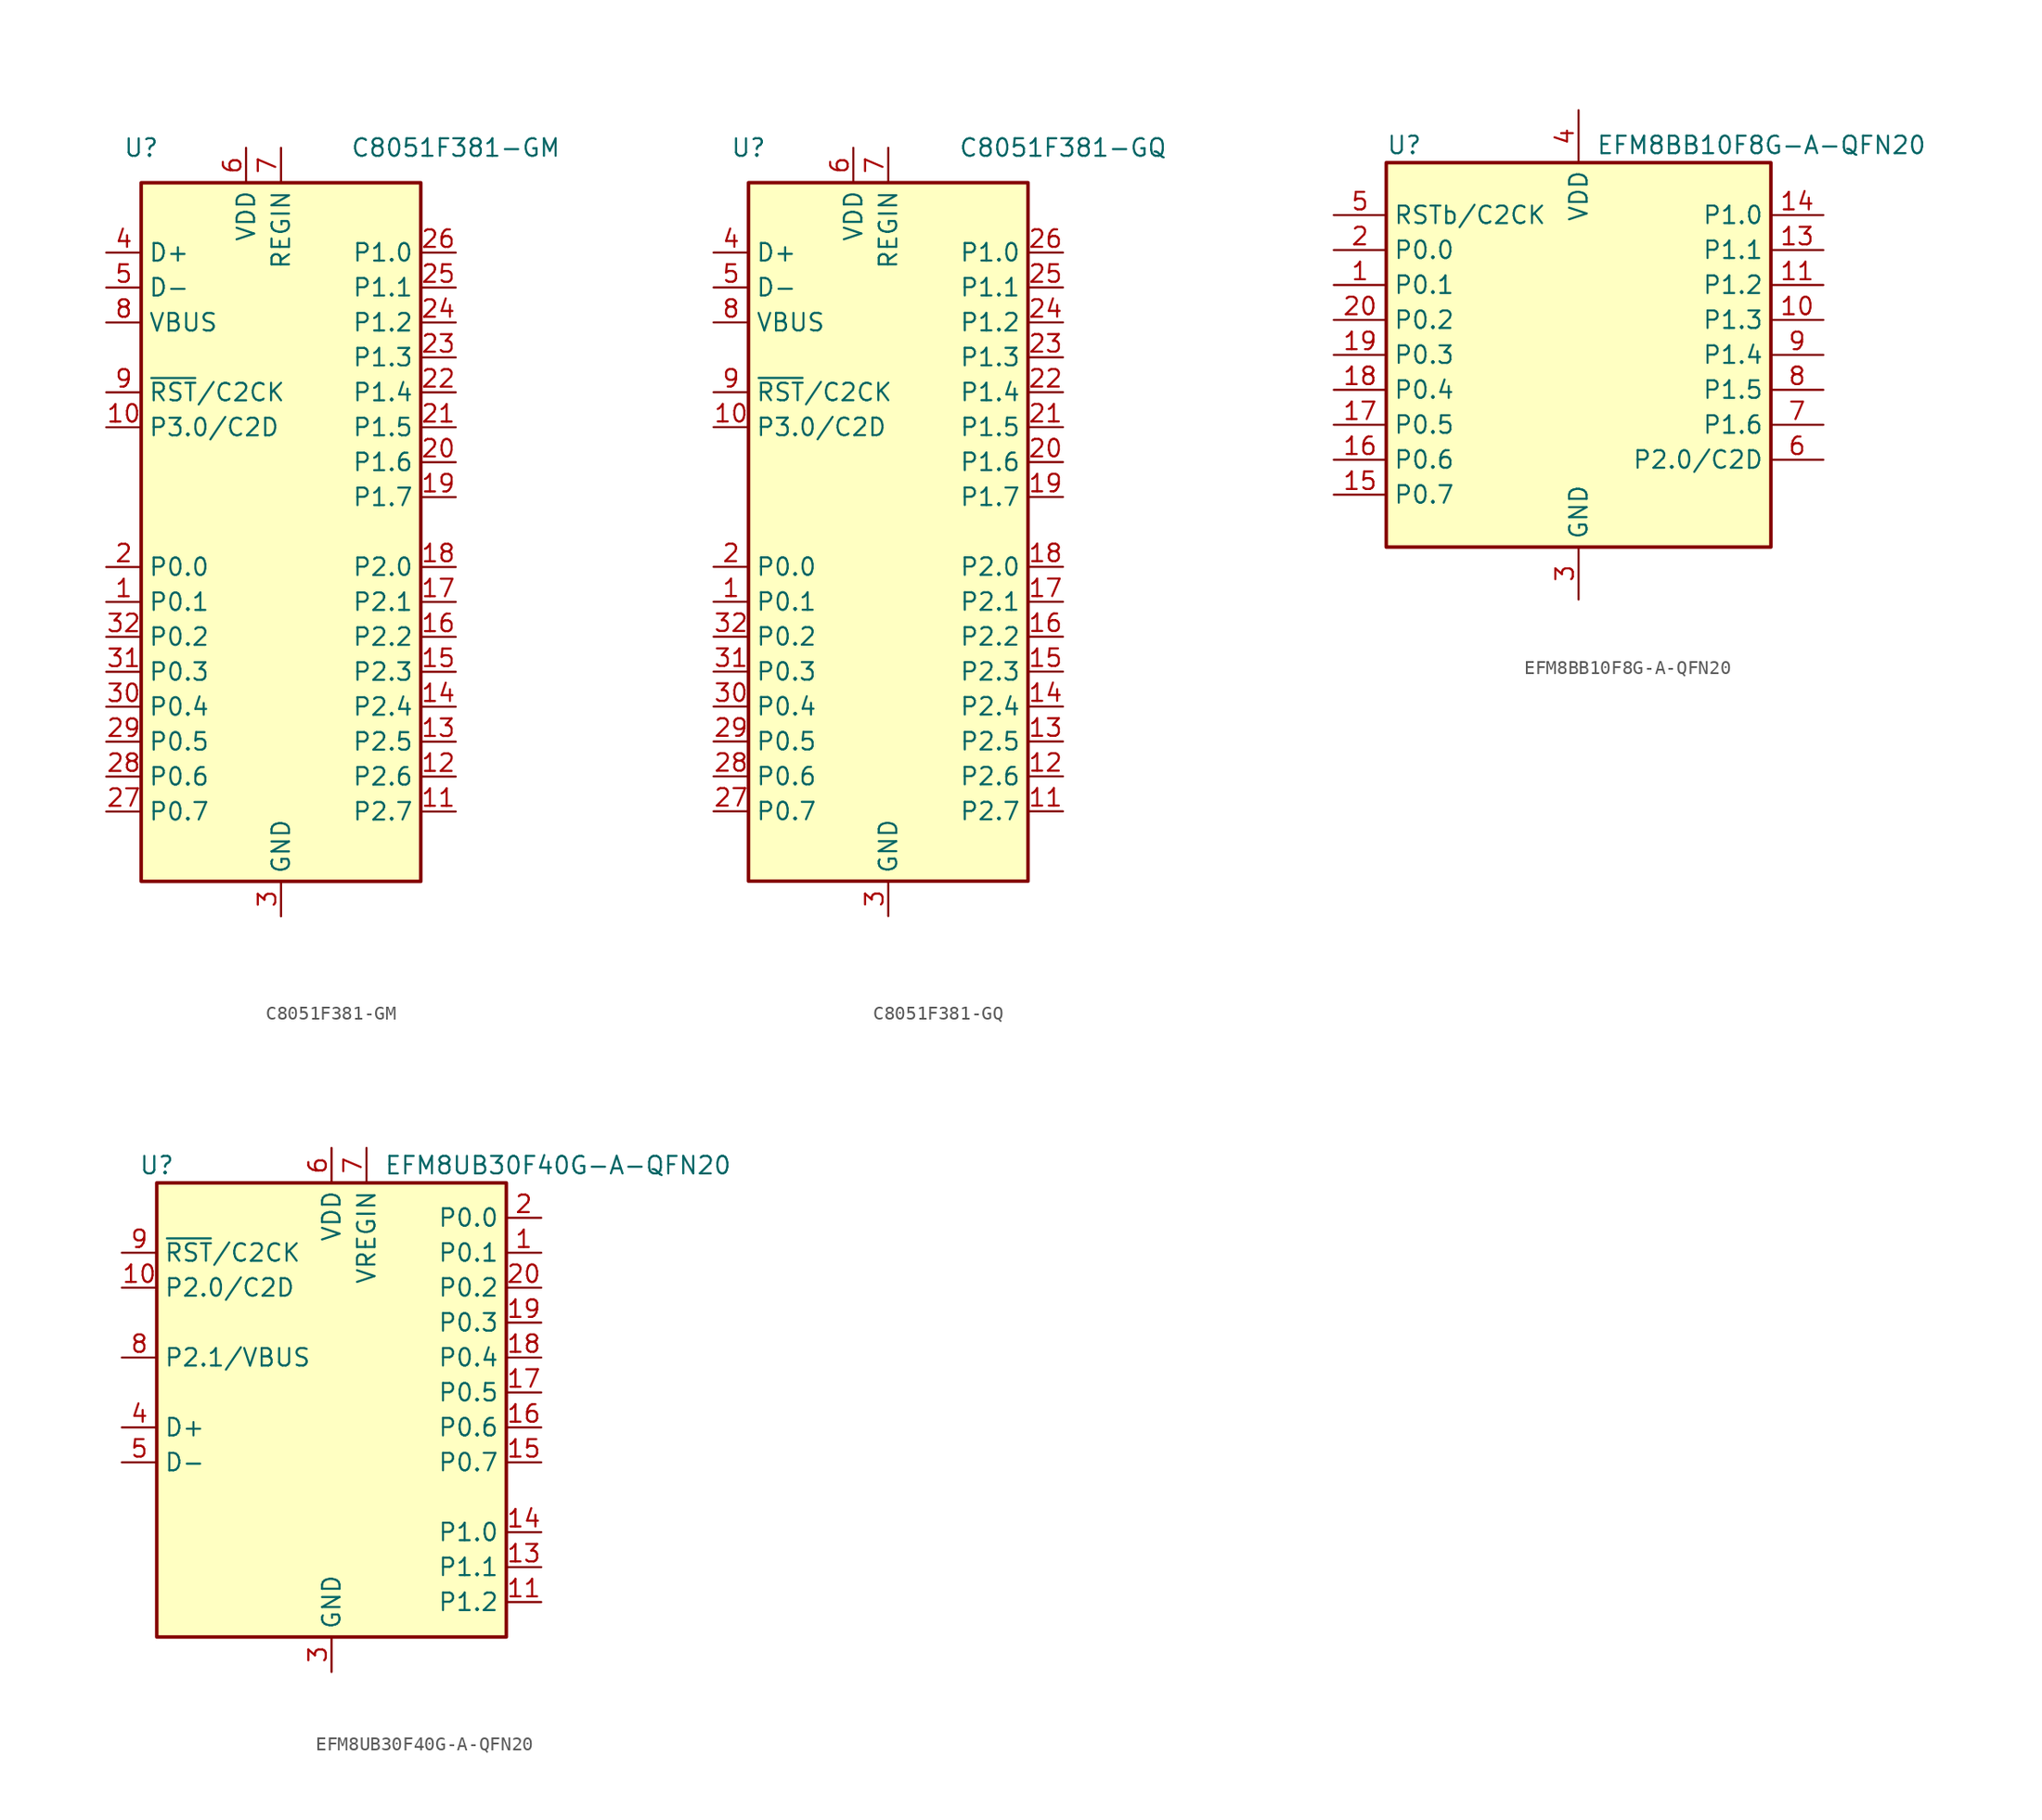
<source format=kicad_sym>
(kicad_symbol_lib
  (version 20231120)
  (generator "kicad_symbol_editor")
  (generator_version "8.0")
  (symbol "C8051F381-GM"
    (property "Reference" "U"
      (at -10.16 27.94 0)
      (effects (font (size 1.27 1.27))))
    (property "Value" "C8051F381-GM"
      (at 12.7 27.94 0)
      (effects (font (size 1.27 1.27))))
    (symbol "C8051F381-GM_0_1"
      (rectangle (start -10.16 25.4) (end 10.16 -25.4) (stroke (width 0.254) (type default)) (fill (type background))))
    (symbol "C8051F381-GM_1_1"
      (pin bidirectional line (at -12.7 -5.08 0) (length 2.54) (name "P0.1" (effects (font (size 1.27 1.27)))) (number "1" (effects (font (size 1.27 1.27)))))
      (pin bidirectional line (at -12.7 7.62 0) (length 2.54) (name "P3.0/C2D" (effects (font (size 1.27 1.27)))) (number "10" (effects (font (size 1.27 1.27)))))
      (pin bidirectional line (at 12.7 -20.32 180) (length 2.54) (name "P2.7" (effects (font (size 1.27 1.27)))) (number "11" (effects (font (size 1.27 1.27)))))
      (pin bidirectional line (at 12.7 -17.78 180) (length 2.54) (name "P2.6" (effects (font (size 1.27 1.27)))) (number "12" (effects (font (size 1.27 1.27)))))
      (pin bidirectional line (at 12.7 -15.24 180) (length 2.54) (name "P2.5" (effects (font (size 1.27 1.27)))) (number "13" (effects (font (size 1.27 1.27)))))
      (pin bidirectional line (at 12.7 -12.7 180) (length 2.54) (name "P2.4" (effects (font (size 1.27 1.27)))) (number "14" (effects (font (size 1.27 1.27)))))
      (pin bidirectional line (at 12.7 -10.16 180) (length 2.54) (name "P2.3" (effects (font (size 1.27 1.27)))) (number "15" (effects (font (size 1.27 1.27)))))
      (pin bidirectional line (at 12.7 -7.62 180) (length 2.54) (name "P2.2" (effects (font (size 1.27 1.27)))) (number "16" (effects (font (size 1.27 1.27)))))
      (pin bidirectional line (at 12.7 -5.08 180) (length 2.54) (name "P2.1" (effects (font (size 1.27 1.27)))) (number "17" (effects (font (size 1.27 1.27)))))
      (pin bidirectional line (at 12.7 -2.54 180) (length 2.54) (name "P2.0" (effects (font (size 1.27 1.27)))) (number "18" (effects (font (size 1.27 1.27)))))
      (pin bidirectional line (at 12.7 2.54 180) (length 2.54) (name "P1.7" (effects (font (size 1.27 1.27)))) (number "19" (effects (font (size 1.27 1.27)))))
      (pin bidirectional line (at -12.7 -2.54 0) (length 2.54) (name "P0.0" (effects (font (size 1.27 1.27)))) (number "2" (effects (font (size 1.27 1.27)))))
      (pin bidirectional line (at 12.7 5.08 180) (length 2.54) (name "P1.6" (effects (font (size 1.27 1.27)))) (number "20" (effects (font (size 1.27 1.27)))))
      (pin bidirectional line (at 12.7 7.62 180) (length 2.54) (name "P1.5" (effects (font (size 1.27 1.27)))) (number "21" (effects (font (size 1.27 1.27)))))
      (pin bidirectional line (at 12.7 10.16 180) (length 2.54) (name "P1.4" (effects (font (size 1.27 1.27)))) (number "22" (effects (font (size 1.27 1.27)))))
      (pin bidirectional line (at 12.7 12.7 180) (length 2.54) (name "P1.3" (effects (font (size 1.27 1.27)))) (number "23" (effects (font (size 1.27 1.27)))))
      (pin bidirectional line (at 12.7 15.24 180) (length 2.54) (name "P1.2" (effects (font (size 1.27 1.27)))) (number "24" (effects (font (size 1.27 1.27)))))
      (pin bidirectional line (at 12.7 17.78 180) (length 2.54) (name "P1.1" (effects (font (size 1.27 1.27)))) (number "25" (effects (font (size 1.27 1.27)))))
      (pin bidirectional line (at 12.7 20.32 180) (length 2.54) (name "P1.0" (effects (font (size 1.27 1.27)))) (number "26" (effects (font (size 1.27 1.27)))))
      (pin bidirectional line (at -12.7 -20.32 0) (length 2.54) (name "P0.7" (effects (font (size 1.27 1.27)))) (number "27" (effects (font (size 1.27 1.27)))))
      (pin bidirectional line (at -12.7 -17.78 0) (length 2.54) (name "P0.6" (effects (font (size 1.27 1.27)))) (number "28" (effects (font (size 1.27 1.27)))))
      (pin bidirectional line (at -12.7 -15.24 0) (length 2.54) (name "P0.5" (effects (font (size 1.27 1.27)))) (number "29" (effects (font (size 1.27 1.27)))))
      (pin power_in line (at 0 -27.94 90) (length 2.54) (name "GND" (effects (font (size 1.27 1.27)))) (number "3" (effects (font (size 1.27 1.27)))))
      (pin bidirectional line (at -12.7 -12.7 0) (length 2.54) (name "P0.4" (effects (font (size 1.27 1.27)))) (number "30" (effects (font (size 1.27 1.27)))))
      (pin bidirectional line (at -12.7 -10.16 0) (length 2.54) (name "P0.3" (effects (font (size 1.27 1.27)))) (number "31" (effects (font (size 1.27 1.27)))))
      (pin bidirectional line (at -12.7 -7.62 0) (length 2.54) (name "P0.2" (effects (font (size 1.27 1.27)))) (number "32" (effects (font (size 1.27 1.27)))))
      (pin passive line (at 0 -27.94 90) (length 2.54) hide (name "GND" (effects (font (size 1.27 1.27)))) (number "33" (effects (font (size 1.27 1.27)))))
      (pin bidirectional line (at -12.7 20.32 0) (length 2.54) (name "D+" (effects (font (size 1.27 1.27)))) (number "4" (effects (font (size 1.27 1.27)))))
      (pin bidirectional line (at -12.7 17.78 0) (length 2.54) (name "D-" (effects (font (size 1.27 1.27)))) (number "5" (effects (font (size 1.27 1.27)))))
      (pin power_in line (at -2.54 27.94 270) (length 2.54) (name "VDD" (effects (font (size 1.27 1.27)))) (number "6" (effects (font (size 1.27 1.27)))))
      (pin power_in line (at 0 27.94 270) (length 2.54) (name "REGIN" (effects (font (size 1.27 1.27)))) (number "7" (effects (font (size 1.27 1.27)))))
      (pin input line (at -12.7 15.24 0) (length 2.54) (name "VBUS" (effects (font (size 1.27 1.27)))) (number "8" (effects (font (size 1.27 1.27)))))
      (pin input line (at -12.7 10.16 0) (length 2.54) (name "~{RST}/C2CK" (effects (font (size 1.27 1.27)))) (number "9" (effects (font (size 1.27 1.27)))))))
  (symbol "C8051F381-GQ"
    (property "Reference" "U"
      (at -10.16 27.94 0)
      (effects (font (size 1.27 1.27))))
    (property "Value" "C8051F381-GQ"
      (at 12.7 27.94 0)
      (effects (font (size 1.27 1.27))))
    (symbol "C8051F381-GQ_0_1"
      (rectangle (start -10.16 25.4) (end 10.16 -25.4) (stroke (width 0.254) (type default)) (fill (type background))))
    (symbol "C8051F381-GQ_1_1"
      (pin bidirectional line (at -12.7 -5.08 0) (length 2.54) (name "P0.1" (effects (font (size 1.27 1.27)))) (number "1" (effects (font (size 1.27 1.27)))))
      (pin bidirectional line (at -12.7 7.62 0) (length 2.54) (name "P3.0/C2D" (effects (font (size 1.27 1.27)))) (number "10" (effects (font (size 1.27 1.27)))))
      (pin bidirectional line (at 12.7 -20.32 180) (length 2.54) (name "P2.7" (effects (font (size 1.27 1.27)))) (number "11" (effects (font (size 1.27 1.27)))))
      (pin bidirectional line (at 12.7 -17.78 180) (length 2.54) (name "P2.6" (effects (font (size 1.27 1.27)))) (number "12" (effects (font (size 1.27 1.27)))))
      (pin bidirectional line (at 12.7 -15.24 180) (length 2.54) (name "P2.5" (effects (font (size 1.27 1.27)))) (number "13" (effects (font (size 1.27 1.27)))))
      (pin bidirectional line (at 12.7 -12.7 180) (length 2.54) (name "P2.4" (effects (font (size 1.27 1.27)))) (number "14" (effects (font (size 1.27 1.27)))))
      (pin bidirectional line (at 12.7 -10.16 180) (length 2.54) (name "P2.3" (effects (font (size 1.27 1.27)))) (number "15" (effects (font (size 1.27 1.27)))))
      (pin bidirectional line (at 12.7 -7.62 180) (length 2.54) (name "P2.2" (effects (font (size 1.27 1.27)))) (number "16" (effects (font (size 1.27 1.27)))))
      (pin bidirectional line (at 12.7 -5.08 180) (length 2.54) (name "P2.1" (effects (font (size 1.27 1.27)))) (number "17" (effects (font (size 1.27 1.27)))))
      (pin bidirectional line (at 12.7 -2.54 180) (length 2.54) (name "P2.0" (effects (font (size 1.27 1.27)))) (number "18" (effects (font (size 1.27 1.27)))))
      (pin bidirectional line (at 12.7 2.54 180) (length 2.54) (name "P1.7" (effects (font (size 1.27 1.27)))) (number "19" (effects (font (size 1.27 1.27)))))
      (pin bidirectional line (at -12.7 -2.54 0) (length 2.54) (name "P0.0" (effects (font (size 1.27 1.27)))) (number "2" (effects (font (size 1.27 1.27)))))
      (pin bidirectional line (at 12.7 5.08 180) (length 2.54) (name "P1.6" (effects (font (size 1.27 1.27)))) (number "20" (effects (font (size 1.27 1.27)))))
      (pin bidirectional line (at 12.7 7.62 180) (length 2.54) (name "P1.5" (effects (font (size 1.27 1.27)))) (number "21" (effects (font (size 1.27 1.27)))))
      (pin bidirectional line (at 12.7 10.16 180) (length 2.54) (name "P1.4" (effects (font (size 1.27 1.27)))) (number "22" (effects (font (size 1.27 1.27)))))
      (pin bidirectional line (at 12.7 12.7 180) (length 2.54) (name "P1.3" (effects (font (size 1.27 1.27)))) (number "23" (effects (font (size 1.27 1.27)))))
      (pin bidirectional line (at 12.7 15.24 180) (length 2.54) (name "P1.2" (effects (font (size 1.27 1.27)))) (number "24" (effects (font (size 1.27 1.27)))))
      (pin bidirectional line (at 12.7 17.78 180) (length 2.54) (name "P1.1" (effects (font (size 1.27 1.27)))) (number "25" (effects (font (size 1.27 1.27)))))
      (pin bidirectional line (at 12.7 20.32 180) (length 2.54) (name "P1.0" (effects (font (size 1.27 1.27)))) (number "26" (effects (font (size 1.27 1.27)))))
      (pin bidirectional line (at -12.7 -20.32 0) (length 2.54) (name "P0.7" (effects (font (size 1.27 1.27)))) (number "27" (effects (font (size 1.27 1.27)))))
      (pin bidirectional line (at -12.7 -17.78 0) (length 2.54) (name "P0.6" (effects (font (size 1.27 1.27)))) (number "28" (effects (font (size 1.27 1.27)))))
      (pin bidirectional line (at -12.7 -15.24 0) (length 2.54) (name "P0.5" (effects (font (size 1.27 1.27)))) (number "29" (effects (font (size 1.27 1.27)))))
      (pin power_in line (at 0 -27.94 90) (length 2.54) (name "GND" (effects (font (size 1.27 1.27)))) (number "3" (effects (font (size 1.27 1.27)))))
      (pin bidirectional line (at -12.7 -12.7 0) (length 2.54) (name "P0.4" (effects (font (size 1.27 1.27)))) (number "30" (effects (font (size 1.27 1.27)))))
      (pin bidirectional line (at -12.7 -10.16 0) (length 2.54) (name "P0.3" (effects (font (size 1.27 1.27)))) (number "31" (effects (font (size 1.27 1.27)))))
      (pin bidirectional line (at -12.7 -7.62 0) (length 2.54) (name "P0.2" (effects (font (size 1.27 1.27)))) (number "32" (effects (font (size 1.27 1.27)))))
      (pin bidirectional line (at -12.7 20.32 0) (length 2.54) (name "D+" (effects (font (size 1.27 1.27)))) (number "4" (effects (font (size 1.27 1.27)))))
      (pin bidirectional line (at -12.7 17.78 0) (length 2.54) (name "D-" (effects (font (size 1.27 1.27)))) (number "5" (effects (font (size 1.27 1.27)))))
      (pin power_in line (at -2.54 27.94 270) (length 2.54) (name "VDD" (effects (font (size 1.27 1.27)))) (number "6" (effects (font (size 1.27 1.27)))))
      (pin power_in line (at 0 27.94 270) (length 2.54) (name "REGIN" (effects (font (size 1.27 1.27)))) (number "7" (effects (font (size 1.27 1.27)))))
      (pin input line (at -12.7 15.24 0) (length 2.54) (name "VBUS" (effects (font (size 1.27 1.27)))) (number "8" (effects (font (size 1.27 1.27)))))
      (pin input line (at -12.7 10.16 0) (length 2.54) (name "~{RST}/C2CK" (effects (font (size 1.27 1.27)))) (number "9" (effects (font (size 1.27 1.27)))))))
  (symbol "EFM8BB10F8G-A-QFN20"
    (property "Reference" "U"
      (at -13.97 15.24 0)
      (effects (font (size 1.27 1.27)) (justify left)))
    (property "Value" "EFM8BB10F8G-A-QFN20"
      (at 1.27 15.24 0)
      (effects (font (size 1.27 1.27)) (justify left)))
    (symbol "EFM8BB10F8G-A-QFN20_0_1"
      (rectangle (start -13.97 13.97) (end 13.97 -13.97) (stroke (width 0.254) (type default)) (fill (type background)))
      (pin bidirectional line (at -17.78 5.08 0) (length 3.81) (name "P0.1" (effects (font (size 1.27 1.27)))) (number "1" (effects (font (size 1.27 1.27)))))
      (pin bidirectional line (at 17.78 2.54 180) (length 3.81) (name "P1.3" (effects (font (size 1.27 1.27)))) (number "10" (effects (font (size 1.27 1.27)))))
      (pin bidirectional line (at 17.78 5.08 180) (length 3.81) (name "P1.2" (effects (font (size 1.27 1.27)))) (number "11" (effects (font (size 1.27 1.27)))))
      (pin passive line (at 0 -17.78 90) (length 3.81) hide (name "GND" (effects (font (size 1.27 1.27)))) (number "12" (effects (font (size 1.27 1.27)))))
      (pin bidirectional line (at 17.78 7.62 180) (length 3.81) (name "P1.1" (effects (font (size 1.27 1.27)))) (number "13" (effects (font (size 1.27 1.27)))))
      (pin bidirectional line (at 17.78 10.16 180) (length 3.81) (name "P1.0" (effects (font (size 1.27 1.27)))) (number "14" (effects (font (size 1.27 1.27)))))
      (pin bidirectional line (at -17.78 -10.16 0) (length 3.81) (name "P0.7" (effects (font (size 1.27 1.27)))) (number "15" (effects (font (size 1.27 1.27)))))
      (pin bidirectional line (at -17.78 -7.62 0) (length 3.81) (name "P0.6" (effects (font (size 1.27 1.27)))) (number "16" (effects (font (size 1.27 1.27)))))
      (pin bidirectional line (at -17.78 -5.08 0) (length 3.81) (name "P0.5" (effects (font (size 1.27 1.27)))) (number "17" (effects (font (size 1.27 1.27)))))
      (pin bidirectional line (at -17.78 -2.54 0) (length 3.81) (name "P0.4" (effects (font (size 1.27 1.27)))) (number "18" (effects (font (size 1.27 1.27)))))
      (pin bidirectional line (at -17.78 0 0) (length 3.81) (name "P0.3" (effects (font (size 1.27 1.27)))) (number "19" (effects (font (size 1.27 1.27)))))
      (pin bidirectional line (at -17.78 7.62 0) (length 3.81) (name "P0.0" (effects (font (size 1.27 1.27)))) (number "2" (effects (font (size 1.27 1.27)))))
      (pin bidirectional line (at -17.78 2.54 0) (length 3.81) (name "P0.2" (effects (font (size 1.27 1.27)))) (number "20" (effects (font (size 1.27 1.27)))))
      (pin passive line (at 0 -17.78 90) (length 3.81) hide (name "GND" (effects (font (size 1.27 1.27)))) (number "21" (effects (font (size 1.27 1.27)))))
      (pin power_in line (at 0 -17.78 90) (length 3.81) (name "GND" (effects (font (size 1.27 1.27)))) (number "3" (effects (font (size 1.27 1.27)))))
      (pin power_in line (at 0 17.78 270) (length 3.81) (name "VDD" (effects (font (size 1.27 1.27)))) (number "4" (effects (font (size 1.27 1.27)))))
      (pin input line (at -17.78 10.16 0) (length 3.81) (name "RSTb/C2CK" (effects (font (size 1.27 1.27)))) (number "5" (effects (font (size 1.27 1.27)))))
      (pin bidirectional line (at 17.78 -7.62 180) (length 3.81) (name "P2.0/C2D" (effects (font (size 1.27 1.27)))) (number "6" (effects (font (size 1.27 1.27)))))
      (pin bidirectional line (at 17.78 -5.08 180) (length 3.81) (name "P1.6" (effects (font (size 1.27 1.27)))) (number "7" (effects (font (size 1.27 1.27)))))
      (pin bidirectional line (at 17.78 -2.54 180) (length 3.81) (name "P1.5" (effects (font (size 1.27 1.27)))) (number "8" (effects (font (size 1.27 1.27)))))
      (pin bidirectional line (at 17.78 0 180) (length 3.81) (name "P1.4" (effects (font (size 1.27 1.27)))) (number "9" (effects (font (size 1.27 1.27)))))))
  (symbol "EFM8UB30F40G-A-QFN20"
    (property "Reference" "U"
      (at -12.7 19.05 0)
      (effects (font (size 1.27 1.27))))
    (property "Value" "EFM8UB30F40G-A-QFN20"
      (at 3.81 19.05 0)
      (effects (font (size 1.27 1.27)) (justify left)))
    (symbol "EFM8UB30F40G-A-QFN20_0_1"
      (rectangle (start -12.7 17.78) (end 12.7 -15.24) (stroke (width 0.254) (type default)) (fill (type background))))
    (symbol "EFM8UB30F40G-A-QFN20_1_1"
      (pin bidirectional line (at 15.24 12.7 180) (length 2.54) (name "P0.1" (effects (font (size 1.27 1.27)))) (number "1" (effects (font (size 1.27 1.27)))))
      (pin bidirectional line (at -15.24 10.16 0) (length 2.54) (name "P2.0/C2D" (effects (font (size 1.27 1.27)))) (number "10" (effects (font (size 1.27 1.27)))))
      (pin bidirectional line (at 15.24 -12.7 180) (length 2.54) (name "P1.2" (effects (font (size 1.27 1.27)))) (number "11" (effects (font (size 1.27 1.27)))))
      (pin passive line (at 0 -17.78 90) (length 2.54) hide (name "GND" (effects (font (size 1.27 1.27)))) (number "12" (effects (font (size 1.27 1.27)))))
      (pin bidirectional line (at 15.24 -10.16 180) (length 2.54) (name "P1.1" (effects (font (size 1.27 1.27)))) (number "13" (effects (font (size 1.27 1.27)))))
      (pin bidirectional line (at 15.24 -7.62 180) (length 2.54) (name "P1.0" (effects (font (size 1.27 1.27)))) (number "14" (effects (font (size 1.27 1.27)))))
      (pin bidirectional line (at 15.24 -2.54 180) (length 2.54) (name "P0.7" (effects (font (size 1.27 1.27)))) (number "15" (effects (font (size 1.27 1.27)))))
      (pin bidirectional line (at 15.24 0 180) (length 2.54) (name "P0.6" (effects (font (size 1.27 1.27)))) (number "16" (effects (font (size 1.27 1.27)))))
      (pin bidirectional line (at 15.24 2.54 180) (length 2.54) (name "P0.5" (effects (font (size 1.27 1.27)))) (number "17" (effects (font (size 1.27 1.27)))))
      (pin bidirectional line (at 15.24 5.08 180) (length 2.54) (name "P0.4" (effects (font (size 1.27 1.27)))) (number "18" (effects (font (size 1.27 1.27)))))
      (pin bidirectional line (at 15.24 7.62 180) (length 2.54) (name "P0.3" (effects (font (size 1.27 1.27)))) (number "19" (effects (font (size 1.27 1.27)))))
      (pin bidirectional line (at 15.24 15.24 180) (length 2.54) (name "P0.0" (effects (font (size 1.27 1.27)))) (number "2" (effects (font (size 1.27 1.27)))))
      (pin bidirectional line (at 15.24 10.16 180) (length 2.54) (name "P0.2" (effects (font (size 1.27 1.27)))) (number "20" (effects (font (size 1.27 1.27)))))
      (pin passive line (at 0 -17.78 90) (length 2.54) hide (name "GND" (effects (font (size 1.27 1.27)))) (number "21" (effects (font (size 1.27 1.27)))))
      (pin power_in line (at 0 -17.78 90) (length 2.54) (name "GND" (effects (font (size 1.27 1.27)))) (number "3" (effects (font (size 1.27 1.27)))))
      (pin bidirectional line (at -15.24 0 0) (length 2.54) (name "D+" (effects (font (size 1.27 1.27)))) (number "4" (effects (font (size 1.27 1.27)))))
      (pin bidirectional line (at -15.24 -2.54 0) (length 2.54) (name "D-" (effects (font (size 1.27 1.27)))) (number "5" (effects (font (size 1.27 1.27)))))
      (pin power_in line (at 0 20.32 270) (length 2.54) (name "VDD" (effects (font (size 1.27 1.27)))) (number "6" (effects (font (size 1.27 1.27)))))
      (pin power_in line (at 2.54 20.32 270) (length 2.54) (name "VREGIN" (effects (font (size 1.27 1.27)))) (number "7" (effects (font (size 1.27 1.27)))))
      (pin bidirectional line (at -15.24 5.08 0) (length 2.54) (name "P2.1/VBUS" (effects (font (size 1.27 1.27)))) (number "8" (effects (font (size 1.27 1.27)))))
      (pin bidirectional line (at -15.24 12.7 0) (length 2.54) (name "~{RST}/C2CK" (effects (font (size 1.27 1.27)))) (number "9" (effects (font (size 1.27 1.27))))))))
</source>
